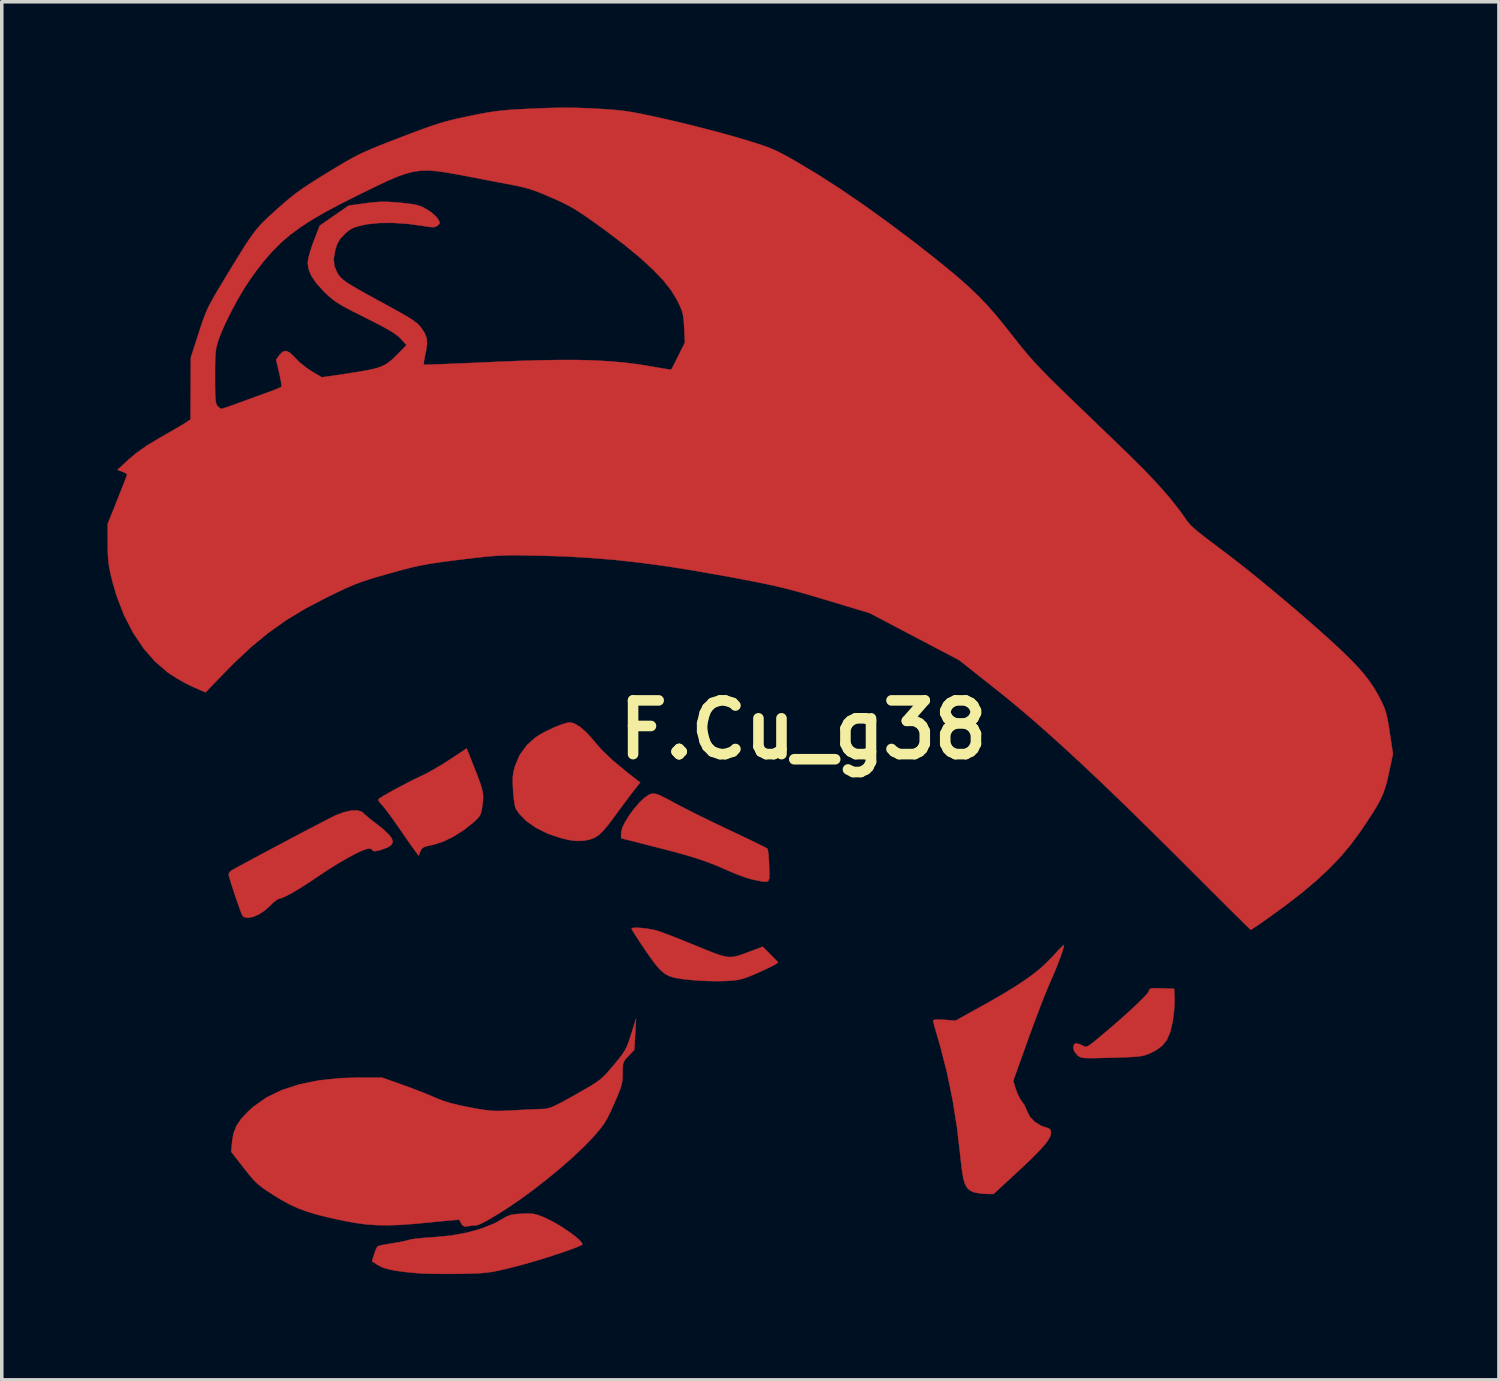
<source format=kicad_pcb>
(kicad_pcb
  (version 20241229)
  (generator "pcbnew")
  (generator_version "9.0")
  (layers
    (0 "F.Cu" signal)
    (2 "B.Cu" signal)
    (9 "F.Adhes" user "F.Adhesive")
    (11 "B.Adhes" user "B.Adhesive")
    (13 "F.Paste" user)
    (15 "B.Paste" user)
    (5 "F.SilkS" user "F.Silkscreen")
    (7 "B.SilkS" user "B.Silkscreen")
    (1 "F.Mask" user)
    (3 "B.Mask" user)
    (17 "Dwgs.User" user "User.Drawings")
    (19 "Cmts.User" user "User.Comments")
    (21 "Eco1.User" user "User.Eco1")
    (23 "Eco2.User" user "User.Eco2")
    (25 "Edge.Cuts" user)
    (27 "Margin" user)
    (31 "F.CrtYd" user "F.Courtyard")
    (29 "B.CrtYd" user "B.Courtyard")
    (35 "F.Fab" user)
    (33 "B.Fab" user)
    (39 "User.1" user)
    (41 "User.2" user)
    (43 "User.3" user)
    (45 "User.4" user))
  (footprint "F.Cu_g38"
    (layer "F.Cu")
    (at 19.732 17.65)
    (property "Reference" "F.Cu_g38" (at 0 0 0) (layer "F.SilkS") (effects (font (size 1.524 1.524) (thickness 0.3))))
    (attr through_hole)
    (fp_poly (pts (xy -6.485 -0.177) (xy -6.329 -0.081) (xy -6.16 0.065) (xy -5.99 0.25) (xy -5.948 0.303) (xy -5.709 0.577) (xy -5.393 0.877) (xy -4.998 1.204) (xy -4.905 1.277) (xy -4.623 1.494) (xy -4.799 1.715) (xy -4.889 1.832) (xy -5.013 1.997) (xy -5.158 2.192) (xy -5.308 2.396) (xy -5.348 2.451) (xy -5.525 2.687) (xy -5.67 2.86) (xy -5.797 2.982) (xy -5.921 3.063) (xy -6.053 3.112) (xy -6.208 3.141) (xy -6.266 3.147) (xy -6.447 3.151) (xy -6.653 3.123) (xy -6.862 3.073) (xy -7.238 2.948) (xy -7.569 2.785) (xy -7.846 2.593) (xy -8.057 2.379) (xy -8.158 2.223) (xy -8.179 2.145) (xy -8.201 2.006) (xy -8.22 1.829) (xy -8.229 1.714) (xy -8.239 1.493) (xy -8.236 1.326) (xy -8.216 1.185) (xy -8.178 1.039) (xy -8.175 1.03) (xy -8.039 0.71) (xy -7.836 0.434) (xy -7.609 0.229) (xy -7.466 0.134) (xy -7.283 0.034) (xy -7.083 -0.06) (xy -6.889 -0.139) (xy -6.723 -0.193) (xy -6.612 -0.212) (xy -6.485 -0.177)) (stroke (width 0.01) (type solid)) (fill yes) (layer "F.Cu"))
    (fp_poly (pts (xy -4.587 5.621) (xy -4.424 5.64) (xy -4.259 5.669) (xy -4.149 5.696) (xy -4.054 5.727) (xy -3.895 5.786) (xy -3.687 5.866) (xy -3.444 5.962) (xy -3.18 6.069) (xy -3.069 6.114) (xy -2.772 6.236) (xy -2.539 6.328) (xy -2.356 6.393) (xy -2.209 6.432) (xy -2.084 6.446) (xy -1.967 6.437) (xy -1.842 6.407) (xy -1.697 6.357) (xy -1.516 6.29) (xy -1.148 6.152) (xy -0.929 6.374) (xy -0.71 6.596) (xy -0.81 6.662) (xy -0.89 6.706) (xy -1.027 6.773) (xy -1.199 6.852) (xy -1.338 6.914) (xy -1.54 7) (xy -1.697 7.056) (xy -1.841 7.091) (xy -2.001 7.111) (xy -2.205 7.124) (xy -2.43 7.129) (xy -2.702 7.124) (xy -2.985 7.11) (xy -3.203 7.093) (xy -3.449 7.066) (xy -3.644 7.033) (xy -3.802 6.985) (xy -3.936 6.911) (xy -4.062 6.802) (xy -4.194 6.649) (xy -4.346 6.442) (xy -4.487 6.237) (xy -4.617 6.045) (xy -4.727 5.876) (xy -4.811 5.744) (xy -4.86 5.66) (xy -4.868 5.638) (xy -4.83 5.618) (xy -4.73 5.613) (xy -4.587 5.621)) (stroke (width 0.01) (type solid)) (fill yes) (layer "F.Cu"))
    (fp_poly (pts (xy -9.344 1.037) (xy -9.24 1.301) (xy -9.165 1.503) (xy -9.116 1.659) (xy -9.088 1.785) (xy -9.078 1.897) (xy -9.083 2.01) (xy -9.099 2.141) (xy -9.099 2.143) (xy -9.124 2.3) (xy -9.158 2.406) (xy -9.216 2.492) (xy -9.316 2.591) (xy -9.364 2.634) (xy -9.633 2.846) (xy -9.923 3.029) (xy -10.212 3.17) (xy -10.478 3.257) (xy -10.521 3.266) (xy -10.677 3.299) (xy -10.77 3.332) (xy -10.824 3.378) (xy -10.858 3.442) (xy -10.91 3.566) (xy -11.017 3.423) (xy -11.079 3.336) (xy -11.178 3.197) (xy -11.299 3.022) (xy -11.432 2.829) (xy -11.471 2.773) (xy -11.607 2.578) (xy -11.739 2.396) (xy -11.853 2.245) (xy -11.936 2.143) (xy -11.952 2.125) (xy -12.03 2.036) (xy -12.053 1.983) (xy -12.026 1.947) (xy -12.022 1.944) (xy -11.891 1.864) (xy -11.707 1.759) (xy -11.491 1.642) (xy -11.266 1.523) (xy -11.056 1.416) (xy -10.881 1.332) (xy -10.837 1.312) (xy -10.677 1.233) (xy -10.473 1.12) (xy -10.251 0.989) (xy -10.038 0.853) (xy -10.033 0.85) (xy -9.546 0.528) (xy -9.344 1.037)) (stroke (width 0.01) (type solid)) (fill yes) (layer "F.Cu"))
    (fp_poly (pts (xy -4.209 1.812) (xy -4.131 1.833) (xy -4.025 1.879) (xy -3.875 1.954) (xy -3.668 2.065) (xy -3.628 2.087) (xy -3.427 2.192) (xy -3.168 2.324) (xy -2.871 2.472) (xy -2.553 2.627) (xy -2.235 2.78) (xy -2.06 2.862) (xy -1.789 2.99) (xy -1.542 3.107) (xy -1.331 3.21) (xy -1.166 3.291) (xy -1.057 3.347) (xy -1.016 3.371) (xy -1 3.426) (xy -0.985 3.547) (xy -0.973 3.714) (xy -0.967 3.863) (xy -0.959 4.072) (xy -0.962 4.209) (xy -0.988 4.285) (xy -1.051 4.312) (xy -1.163 4.302) (xy -1.337 4.267) (xy -1.397 4.255) (xy -1.553 4.214) (xy -1.755 4.146) (xy -1.973 4.062) (xy -2.117 4) (xy -2.363 3.892) (xy -2.594 3.797) (xy -2.826 3.712) (xy -3.074 3.629) (xy -3.354 3.546) (xy -3.68 3.455) (xy -4.07 3.354) (xy -4.202 3.32) (xy -5.165 3.075) (xy -5.165 2.92) (xy -5.135 2.789) (xy -5.055 2.62) (xy -4.938 2.431) (xy -4.798 2.241) (xy -4.649 2.068) (xy -4.503 1.928) (xy -4.375 1.84) (xy -4.334 1.824) (xy -4.272 1.811) (xy -4.209 1.812)) (stroke (width 0.01) (type solid)) (fill yes) (layer "F.Cu"))
    (fp_poly (pts (xy 10.172 7.333) (xy 10.52 7.345) (xy 10.533 7.62) (xy 10.531 7.793) (xy 10.514 8.009) (xy 10.486 8.229) (xy 10.477 8.285) (xy 10.409 8.572) (xy 10.316 8.791) (xy 10.185 8.958) (xy 10.007 9.089) (xy 9.868 9.16) (xy 9.777 9.199) (xy 9.692 9.229) (xy 9.599 9.251) (xy 9.484 9.267) (xy 9.333 9.278) (xy 9.131 9.288) (xy 8.863 9.296) (xy 8.753 9.299) (xy 8.463 9.307) (xy 8.245 9.312) (xy 8.087 9.312) (xy 7.976 9.307) (xy 7.9 9.296) (xy 7.847 9.277) (xy 7.805 9.251) (xy 7.779 9.231) (xy 7.683 9.114) (xy 7.662 9.014) (xy 7.68 8.922) (xy 7.74 8.891) (xy 7.85 8.921) (xy 7.916 8.953) (xy 7.979 8.982) (xy 8.032 8.987) (xy 8.096 8.959) (xy 8.188 8.893) (xy 8.31 8.795) (xy 8.559 8.588) (xy 8.807 8.376) (xy 9.046 8.166) (xy 9.267 7.967) (xy 9.461 7.786) (xy 9.619 7.632) (xy 9.732 7.513) (xy 9.792 7.437) (xy 9.798 7.423) (xy 9.815 7.372) (xy 9.847 7.343) (xy 9.912 7.33) (xy 10.028 7.328) (xy 10.172 7.333)) (stroke (width 0.01) (type solid)) (fill yes) (layer "F.Cu"))
    (fp_poly (pts (xy -7.654 13.729) (xy -7.526 13.76) (xy -7.376 13.818) (xy -7.192 13.904) (xy -6.998 14.01) (xy -6.805 14.128) (xy -6.625 14.25) (xy -6.469 14.366) (xy -6.35 14.469) (xy -6.278 14.55) (xy -6.266 14.601) (xy -6.274 14.609) (xy -6.388 14.66) (xy -6.568 14.729) (xy -6.798 14.81) (xy -7.064 14.899) (xy -7.349 14.99) (xy -7.639 15.077) (xy -7.917 15.157) (xy -8.168 15.224) (xy -8.17 15.225) (xy -8.433 15.29) (xy -8.641 15.339) (xy -8.816 15.373) (xy -8.98 15.396) (xy -9.155 15.411) (xy -9.365 15.42) (xy -9.631 15.427) (xy -9.716 15.428) (xy -10.005 15.432) (xy -10.299 15.431) (xy -10.575 15.427) (xy -10.809 15.419) (xy -10.943 15.411) (xy -11.293 15.377) (xy -11.569 15.34) (xy -11.782 15.296) (xy -11.945 15.243) (xy -12.068 15.18) (xy -12.07 15.178) (xy -12.231 15.072) (xy -12.171 14.874) (xy -12.127 14.752) (xy -12.083 14.667) (xy -12.064 14.647) (xy -12.003 14.628) (xy -11.88 14.602) (xy -11.719 14.574) (xy -11.65 14.564) (xy -11.469 14.534) (xy -11.309 14.502) (xy -11.197 14.473) (xy -11.176 14.466) (xy -11.096 14.448) (xy -10.95 14.429) (xy -10.758 14.41) (xy -10.537 14.395) (xy -10.477 14.391) (xy -9.992 14.345) (xy -9.532 14.261) (xy -9.112 14.142) (xy -8.748 13.994) (xy -8.537 13.876) (xy -8.416 13.806) (xy -8.303 13.762) (xy -8.166 13.738) (xy -7.985 13.725) (xy -7.795 13.719) (xy -7.654 13.729)) (stroke (width 0.01) (type solid)) (fill yes) (layer "F.Cu"))
    (fp_poly (pts (xy -12.522 2.322) (xy -12.485 2.354) (xy -12.424 2.412) (xy -12.318 2.501) (xy -12.187 2.604) (xy -12.173 2.614) (xy -11.931 2.805) (xy -11.763 2.96) (xy -11.667 3.085) (xy -11.642 3.187) (xy -11.688 3.271) (xy -11.802 3.342) (xy -11.984 3.407) (xy -12.033 3.421) (xy -12.145 3.444) (xy -12.204 3.43) (xy -12.225 3.405) (xy -12.266 3.37) (xy -12.344 3.372) (xy -12.415 3.389) (xy -12.549 3.441) (xy -12.737 3.532) (xy -12.963 3.656) (xy -13.214 3.803) (xy -13.474 3.965) (xy -13.729 4.134) (xy -13.761 4.156) (xy -14.029 4.336) (xy -14.277 4.494) (xy -14.494 4.623) (xy -14.672 4.718) (xy -14.799 4.773) (xy -14.85 4.784) (xy -14.921 4.813) (xy -15.022 4.89) (xy -15.112 4.978) (xy -15.27 5.123) (xy -15.438 5.233) (xy -15.603 5.305) (xy -15.748 5.333) (xy -15.859 5.312) (xy -15.911 5.26) (xy -15.942 5.186) (xy -15.991 5.055) (xy -16.05 4.885) (xy -16.115 4.695) (xy -16.178 4.504) (xy -16.233 4.33) (xy -16.275 4.192) (xy -16.297 4.109) (xy -16.298 4.096) (xy -16.266 4.032) (xy -16.224 3.995) (xy -16.145 3.95) (xy -16.003 3.872) (xy -15.807 3.765) (xy -15.569 3.637) (xy -15.299 3.493) (xy -15.008 3.338) (xy -14.708 3.178) (xy -14.409 3.02) (xy -14.122 2.869) (xy -13.857 2.731) (xy -13.626 2.61) (xy -13.44 2.515) (xy -13.31 2.449) (xy -13.264 2.427) (xy -13.035 2.339) (xy -12.825 2.291) (xy -12.649 2.285) (xy -12.522 2.322)) (stroke (width 0.01) (type solid)) (fill yes) (layer "F.Cu"))
    (fp_poly (pts (xy 7.389 6.157) (xy 7.356 6.271) (xy 7.3 6.434) (xy 7.224 6.633) (xy 7.135 6.855) (xy 7.036 7.085) (xy 6.996 7.176) (xy 6.925 7.342) (xy 6.832 7.572) (xy 6.724 7.849) (xy 6.606 8.159) (xy 6.485 8.484) (xy 6.371 8.798) (xy 5.956 9.955) (xy 6.03 10.195) (xy 6.088 10.347) (xy 6.159 10.481) (xy 6.202 10.541) (xy 6.281 10.657) (xy 6.34 10.794) (xy 6.342 10.802) (xy 6.427 10.973) (xy 6.573 11.124) (xy 6.757 11.235) (xy 6.847 11.266) (xy 6.961 11.302) (xy 7.013 11.346) (xy 7.027 11.42) (xy 7.027 11.438) (xy 7.01 11.52) (xy 6.956 11.624) (xy 6.86 11.754) (xy 6.717 11.915) (xy 6.522 12.115) (xy 6.271 12.357) (xy 6.011 12.599) (xy 5.397 13.165) (xy 5.186 13.163) (xy 5.026 13.151) (xy 4.874 13.124) (xy 4.828 13.11) (xy 4.731 13.066) (xy 4.655 13) (xy 4.596 12.901) (xy 4.55 12.757) (xy 4.512 12.558) (xy 4.479 12.29) (xy 4.463 12.144) (xy 4.363 11.286) (xy 4.236 10.486) (xy 4.078 9.72) (xy 3.884 8.964) (xy 3.765 8.557) (xy 3.723 8.413) (xy 3.693 8.3) (xy 3.683 8.244) (xy 3.724 8.222) (xy 3.844 8.217) (xy 4.002 8.225) (xy 4.32 8.249) (xy 4.859 7.951) (xy 5.307 7.701) (xy 5.688 7.48) (xy 6.011 7.283) (xy 6.284 7.103) (xy 6.519 6.934) (xy 6.723 6.769) (xy 6.905 6.602) (xy 7.076 6.426) (xy 7.127 6.369) (xy 7.239 6.247) (xy 7.329 6.157) (xy 7.383 6.11) (xy 7.392 6.108) (xy 7.389 6.157)) (stroke (width 0.01) (type solid)) (fill yes) (layer "F.Cu"))
    (fp_poly (pts (xy -4.792 9.081) (xy -4.957 9.251) (xy -5.042 9.343) (xy -5.091 9.417) (xy -5.114 9.504) (xy -5.122 9.629) (xy -5.122 9.738) (xy -5.125 9.871) (xy -5.136 9.984) (xy -5.161 10.097) (xy -5.206 10.23) (xy -5.276 10.403) (xy -5.363 10.604) (xy -5.469 10.839) (xy -5.558 11.018) (xy -5.647 11.166) (xy -5.75 11.307) (xy -5.882 11.464) (xy -5.964 11.557) (xy -6.221 11.824) (xy -6.535 12.12) (xy -6.891 12.433) (xy -7.274 12.749) (xy -7.669 13.056) (xy -8.059 13.341) (xy -8.429 13.592) (xy -8.462 13.613) (xy -8.743 13.787) (xy -8.971 13.92) (xy -9.141 14.009) (xy -9.249 14.051) (xy -9.272 14.055) (xy -9.403 14.063) (xy -9.516 14.08) (xy -9.615 14.087) (xy -9.675 14.042) (xy -9.696 14.006) (xy -9.738 13.929) (xy -9.756 13.896) (xy -9.799 13.897) (xy -9.913 13.906) (xy -10.085 13.921) (xy -10.302 13.942) (xy -10.552 13.967) (xy -10.585 13.97) (xy -11.047 14.014) (xy -11.443 14.042) (xy -11.789 14.053) (xy -12.101 14.048) (xy -12.396 14.027) (xy -12.689 13.988) (xy -12.999 13.931) (xy -13.01 13.929) (xy -13.424 13.841) (xy -13.77 13.756) (xy -14.065 13.668) (xy -14.326 13.571) (xy -14.57 13.459) (xy -14.812 13.327) (xy -14.992 13.217) (xy -15.2 13.083) (xy -15.357 12.975) (xy -15.481 12.874) (xy -15.593 12.763) (xy -15.713 12.622) (xy -15.862 12.433) (xy -15.864 12.431) (xy -16.225 11.967) (xy -16.197 11.669) (xy -16.157 11.44) (xy -16.077 11.236) (xy -15.946 11.04) (xy -15.754 10.835) (xy -15.589 10.687) (xy -15.228 10.431) (xy -14.798 10.222) (xy -14.303 10.059) (xy -13.747 9.945) (xy -13.132 9.88) (xy -12.597 9.864) (xy -11.946 9.864) (xy -11.36 10.072) (xy -11.115 10.161) (xy -10.865 10.257) (xy -10.638 10.348) (xy -10.459 10.424) (xy -10.438 10.434) (xy -10.235 10.516) (xy -10.004 10.589) (xy -9.724 10.656) (xy -9.464 10.708) (xy -9.21 10.755) (xy -9.012 10.786) (xy -8.845 10.805) (xy -8.681 10.811) (xy -8.496 10.807) (xy -8.262 10.796) (xy -8.213 10.793) (xy -7.973 10.78) (xy -7.744 10.768) (xy -7.549 10.76) (xy -7.411 10.755) (xy -7.387 10.755) (xy -7.306 10.75) (xy -7.222 10.733) (xy -7.125 10.699) (xy -7 10.642) (xy -6.835 10.557) (xy -6.619 10.437) (xy -6.456 10.346) (xy -6.208 10.205) (xy -6.019 10.095) (xy -5.876 10.004) (xy -5.762 9.921) (xy -5.665 9.836) (xy -5.569 9.736) (xy -5.461 9.611) (xy -5.38 9.516) (xy -5.231 9.336) (xy -5.125 9.196) (xy -5.048 9.075) (xy -4.988 8.95) (xy -4.932 8.796) (xy -4.882 8.642) (xy -4.741 8.191) (xy -4.792 9.081)) (stroke (width 0.01) (type solid)) (fill yes) (layer "F.Cu"))
    (fp_poly (pts (xy -6.447 -17.642) (xy -6.047 -17.627) (xy -5.872 -17.618) (xy -5.606 -17.602) (xy -5.382 -17.586) (xy -5.183 -17.567) (xy -4.992 -17.542) (xy -4.791 -17.508) (xy -4.562 -17.464) (xy -4.289 -17.406) (xy -3.954 -17.332) (xy -3.895 -17.319) (xy -3.528 -17.234) (xy -3.124 -17.135) (xy -2.71 -17.029) (xy -2.314 -16.924) (xy -1.962 -16.826) (xy -1.825 -16.786) (xy -1.516 -16.693) (xy -1.27 -16.616) (xy -1.072 -16.549) (xy -0.903 -16.484) (xy -0.747 -16.414) (xy -0.585 -16.333) (xy -0.402 -16.233) (xy -0.238 -16.14) (xy 0.375 -15.775) (xy 1.034 -15.352) (xy 1.729 -14.878) (xy 2.45 -14.358) (xy 3.189 -13.8) (xy 3.747 -13.362) (xy 4.126 -13.054) (xy 4.45 -12.782) (xy 4.731 -12.531) (xy 4.983 -12.288) (xy 5.22 -12.04) (xy 5.454 -11.774) (xy 5.699 -11.475) (xy 5.891 -11.233) (xy 6.094 -10.975) (xy 6.276 -10.751) (xy 6.45 -10.547) (xy 6.628 -10.349) (xy 6.824 -10.144) (xy 7.048 -9.917) (xy 7.315 -9.656) (xy 7.51 -9.468) (xy 7.794 -9.194) (xy 8.099 -8.9) (xy 8.409 -8.602) (xy 8.708 -8.314) (xy 8.978 -8.053) (xy 9.204 -7.835) (xy 9.204 -7.835) (xy 9.667 -7.376) (xy 10.071 -6.948) (xy 10.415 -6.554) (xy 10.692 -6.201) (xy 10.787 -6.067) (xy 10.847 -5.98) (xy 10.9 -5.906) (xy 10.956 -5.838) (xy 11.023 -5.769) (xy 11.109 -5.691) (xy 11.223 -5.597) (xy 11.372 -5.479) (xy 11.565 -5.332) (xy 11.811 -5.147) (xy 12.065 -4.955) (xy 12.316 -4.762) (xy 12.615 -4.525) (xy 12.948 -4.256) (xy 13.3 -3.966) (xy 13.655 -3.669) (xy 14 -3.376) (xy 14.248 -3.162) (xy 14.653 -2.807) (xy 14.998 -2.497) (xy 15.289 -2.226) (xy 15.535 -1.986) (xy 15.74 -1.771) (xy 15.912 -1.572) (xy 16.057 -1.384) (xy 16.183 -1.199) (xy 16.294 -1.01) (xy 16.359 -0.889) (xy 16.435 -0.734) (xy 16.493 -0.598) (xy 16.537 -0.458) (xy 16.574 -0.293) (xy 16.611 -0.08) (xy 16.635 0.078) (xy 16.726 0.684) (xy 16.612 1.219) (xy 16.562 1.442) (xy 16.508 1.634) (xy 16.445 1.812) (xy 16.365 1.99) (xy 16.26 2.181) (xy 16.125 2.401) (xy 15.952 2.663) (xy 15.795 2.894) (xy 15.532 3.252) (xy 15.242 3.598) (xy 14.916 3.938) (xy 14.547 4.281) (xy 14.127 4.635) (xy 13.645 5.006) (xy 13.096 5.403) (xy 13.054 5.432) (xy 12.907 5.534) (xy 12.788 5.614) (xy 12.713 5.663) (xy 12.694 5.673) (xy 12.662 5.644) (xy 12.576 5.56) (xy 12.441 5.427) (xy 12.263 5.251) (xy 12.048 5.038) (xy 11.801 4.791) (xy 11.527 4.518) (xy 11.232 4.223) (xy 11.091 4.082) (xy 10.358 3.35) (xy 9.677 2.678) (xy 9.046 2.061) (xy 8.459 1.497) (xy 7.913 0.982) (xy 7.404 0.512) (xy 6.929 0.083) (xy 6.484 -0.308) (xy 6.064 -0.665) (xy 5.666 -0.991) (xy 5.554 -1.08) (xy 4.424 -1.976) (xy 1.884 -3.311) (xy 0.635 -3.688) (xy 0.292 -3.79) (xy -0.005 -3.876) (xy -0.273 -3.951) (xy -0.526 -4.016) (xy -0.782 -4.077) (xy -1.056 -4.137) (xy -1.364 -4.199) (xy -1.722 -4.268) (xy -2.145 -4.348) (xy -2.201 -4.358) (xy -3.07 -4.512) (xy -3.875 -4.64) (xy -4.633 -4.742) (xy -5.36 -4.822) (xy -6.073 -4.88) (xy -6.787 -4.919) (xy -7.425 -4.939) (xy -7.781 -4.946) (xy -8.07 -4.95) (xy -8.312 -4.95) (xy -8.524 -4.945) (xy -8.726 -4.935) (xy -8.936 -4.918) (xy -9.173 -4.893) (xy -9.455 -4.861) (xy -9.716 -4.829) (xy -10.071 -4.785) (xy -10.363 -4.745) (xy -10.61 -4.707) (xy -10.832 -4.666) (xy -11.05 -4.619) (xy -11.283 -4.561) (xy -11.551 -4.489) (xy -11.726 -4.44) (xy -12.044 -4.35) (xy -12.303 -4.272) (xy -12.524 -4.198) (xy -12.731 -4.12) (xy -12.945 -4.028) (xy -13.19 -3.914) (xy -13.483 -3.772) (xy -14.102 -3.45) (xy -14.657 -3.115) (xy -15.17 -2.752) (xy -15.663 -2.346) (xy -16.156 -1.882) (xy -16.32 -1.717) (xy -16.954 -1.063) (xy -17.316 -1.221) (xy -17.524 -1.323) (xy -17.756 -1.454) (xy -17.97 -1.59) (xy -18.021 -1.626) (xy -18.378 -1.93) (xy -18.707 -2.306) (xy -19.002 -2.746) (xy -19.258 -3.24) (xy -19.468 -3.78) (xy -19.583 -4.17) (xy -19.645 -4.417) (xy -19.686 -4.616) (xy -19.71 -4.797) (xy -19.722 -4.992) (xy -19.726 -5.233) (xy -19.726 -5.281) (xy -19.727 -5.843) (xy -19.452 -6.529) (xy -19.363 -6.754) (xy -19.285 -6.951) (xy -19.225 -7.107) (xy -19.188 -7.21) (xy -19.177 -7.244) (xy -19.213 -7.276) (xy -19.3 -7.317) (xy -19.315 -7.323) (xy -19.452 -7.372) (xy -19.135 -7.666) (xy -18.897 -7.864) (xy -18.607 -8.067) (xy -18.248 -8.283) (xy -18.224 -8.296) (xy -18.012 -8.417) (xy -17.817 -8.531) (xy -17.654 -8.626) (xy -17.54 -8.695) (xy -17.505 -8.718) (xy -17.378 -8.804) (xy -17.372 -10.017) (xy -16.683 -10.017) (xy -16.682 -9.741) (xy -16.679 -9.536) (xy -16.671 -9.391) (xy -16.659 -9.293) (xy -16.641 -9.229) (xy -16.617 -9.187) (xy -16.611 -9.181) (xy -16.544 -9.121) (xy -16.505 -9.102) (xy -16.455 -9.116) (xy -16.341 -9.153) (xy -16.181 -9.209) (xy -15.991 -9.278) (xy -15.972 -9.285) (xy -15.741 -9.37) (xy -15.5 -9.457) (xy -15.283 -9.536) (xy -15.145 -9.586) (xy -14.991 -9.644) (xy -14.87 -9.694) (xy -14.804 -9.728) (xy -14.797 -9.734) (xy -14.798 -9.787) (xy -14.816 -9.901) (xy -14.847 -10.056) (xy -14.864 -10.131) (xy -14.951 -10.497) (xy -14.86 -10.625) (xy -14.767 -10.722) (xy -14.672 -10.747) (xy -14.564 -10.7) (xy -14.433 -10.577) (xy -14.402 -10.542) (xy -14.269 -10.41) (xy -14.098 -10.273) (xy -13.937 -10.165) (xy -13.652 -9.998) (xy -13.25 -10.057) (xy -12.877 -10.112) (xy -12.575 -10.16) (xy -12.335 -10.203) (xy -12.146 -10.246) (xy -11.995 -10.294) (xy -11.871 -10.349) (xy -11.764 -10.417) (xy -11.662 -10.5) (xy -11.553 -10.604) (xy -11.458 -10.702) (xy -11.252 -10.912) (xy -11.413 -11.091) (xy -11.487 -11.162) (xy -11.586 -11.237) (xy -11.721 -11.322) (xy -11.902 -11.425) (xy -12.141 -11.55) (xy -12.423 -11.692) (xy -12.706 -11.834) (xy -12.927 -11.948) (xy -13.097 -12.042) (xy -13.231 -12.125) (xy -13.342 -12.204) (xy -13.444 -12.289) (xy -13.549 -12.387) (xy -13.581 -12.418) (xy -13.803 -12.66) (xy -13.953 -12.88) (xy -14.035 -13.087) (xy -14.055 -13.254) (xy -14.039 -13.36) (xy -13.998 -13.52) (xy -13.938 -13.71) (xy -13.884 -13.857) (xy -13.714 -14.299) (xy -13.303 -14.584) (xy -12.893 -14.869) (xy -12.426 -14.933) (xy -12.187 -14.963) (xy -11.982 -14.976) (xy -11.777 -14.975) (xy -11.535 -14.959) (xy -11.441 -14.95) (xy -11.209 -14.926) (xy -11.04 -14.902) (xy -10.912 -14.872) (xy -10.803 -14.83) (xy -10.692 -14.772) (xy -10.692 -14.772) (xy -10.551 -14.679) (xy -10.431 -14.574) (xy -10.374 -14.507) (xy -10.32 -14.417) (xy -10.312 -14.366) (xy -10.348 -14.322) (xy -10.37 -14.304) (xy -10.422 -14.27) (xy -10.486 -14.256) (xy -10.586 -14.262) (xy -10.744 -14.286) (xy -10.764 -14.29) (xy -11.203 -14.35) (xy -11.629 -14.379) (xy -12.022 -14.376) (xy -12.362 -14.341) (xy -12.434 -14.327) (xy -12.623 -14.284) (xy -12.755 -14.241) (xy -12.858 -14.186) (xy -12.958 -14.106) (xy -13.002 -14.066) (xy -13.132 -13.927) (xy -13.216 -13.784) (xy -13.269 -13.627) (xy -13.317 -13.373) (xy -13.3 -13.157) (xy -13.216 -12.959) (xy -13.163 -12.88) (xy -13.113 -12.821) (xy -13.042 -12.759) (xy -12.942 -12.686) (xy -12.802 -12.598) (xy -12.616 -12.488) (xy -12.373 -12.352) (xy -12.065 -12.183) (xy -12.009 -12.153) (xy -11.7 -11.984) (xy -11.455 -11.849) (xy -11.267 -11.741) (xy -11.124 -11.654) (xy -11.019 -11.581) (xy -10.94 -11.517) (xy -10.88 -11.456) (xy -10.827 -11.391) (xy -10.823 -11.386) (xy -10.731 -11.243) (xy -10.68 -11.105) (xy -10.67 -10.95) (xy -10.697 -10.753) (xy -10.727 -10.614) (xy -10.753 -10.482) (xy -10.764 -10.389) (xy -10.758 -10.357) (xy -10.711 -10.356) (xy -10.589 -10.359) (xy -10.399 -10.365) (xy -10.151 -10.375) (xy -9.852 -10.387) (xy -9.511 -10.401) (xy -9.138 -10.418) (xy -8.826 -10.432) (xy -8.113 -10.462) (xy -7.474 -10.481) (xy -6.901 -10.49) (xy -6.385 -10.489) (xy -5.917 -10.476) (xy -5.487 -10.452) (xy -5.088 -10.417) (xy -4.709 -10.37) (xy -4.362 -10.314) (xy -4.146 -10.277) (xy -3.963 -10.246) (xy -3.826 -10.225) (xy -3.752 -10.215) (xy -3.742 -10.215) (xy -3.722 -10.254) (xy -3.672 -10.352) (xy -3.6 -10.493) (xy -3.545 -10.604) (xy -3.355 -10.986) (xy -3.376 -11.409) (xy -3.389 -11.613) (xy -3.409 -11.764) (xy -3.443 -11.893) (xy -3.501 -12.032) (xy -3.58 -12.192) (xy -3.741 -12.46) (xy -3.966 -12.745) (xy -4.257 -13.051) (xy -4.617 -13.381) (xy -5.048 -13.738) (xy -5.555 -14.124) (xy -5.63 -14.179) (xy -5.913 -14.384) (xy -6.143 -14.547) (xy -6.336 -14.676) (xy -6.505 -14.782) (xy -6.667 -14.873) (xy -6.835 -14.958) (xy -7.026 -15.046) (xy -7.112 -15.084) (xy -7.401 -15.208) (xy -7.642 -15.3) (xy -7.861 -15.369) (xy -8.085 -15.423) (xy -8.213 -15.448) (xy -8.427 -15.489) (xy -8.696 -15.54) (xy -8.994 -15.597) (xy -9.291 -15.654) (xy -9.44 -15.683) (xy -9.814 -15.754) (xy -10.129 -15.81) (xy -10.398 -15.847) (xy -10.634 -15.864) (xy -10.851 -15.859) (xy -11.061 -15.829) (xy -11.278 -15.774) (xy -11.514 -15.689) (xy -11.782 -15.574) (xy -12.096 -15.427) (xy -12.469 -15.245) (xy -12.604 -15.178) (xy -13.113 -14.922) (xy -13.553 -14.688) (xy -13.933 -14.467) (xy -14.263 -14.254) (xy -14.554 -14.039) (xy -14.815 -13.815) (xy -15.055 -13.575) (xy -15.286 -13.311) (xy -15.516 -13.015) (xy -15.671 -12.8) (xy -15.853 -12.524) (xy -16.042 -12.205) (xy -16.224 -11.867) (xy -16.388 -11.535) (xy -16.521 -11.231) (xy -16.581 -11.07) (xy -16.618 -10.955) (xy -16.645 -10.848) (xy -16.663 -10.732) (xy -16.675 -10.59) (xy -16.681 -10.405) (xy -16.683 -10.16) (xy -16.683 -10.017) (xy -17.372 -10.017) (xy -17.369 -10.562) (xy -17.143 -11.261) (xy -17.068 -11.49) (xy -17.003 -11.678) (xy -16.939 -11.841) (xy -16.868 -11.997) (xy -16.783 -12.161) (xy -16.676 -12.351) (xy -16.538 -12.582) (xy -16.403 -12.806) (xy -16.188 -13.16) (xy -16.009 -13.451) (xy -15.86 -13.689) (xy -15.734 -13.882) (xy -15.623 -14.042) (xy -15.521 -14.176) (xy -15.419 -14.295) (xy -15.312 -14.407) (xy -15.192 -14.524) (xy -15.052 -14.653) (xy -14.938 -14.756) (xy -14.735 -14.936) (xy -14.552 -15.089) (xy -14.373 -15.229) (xy -14.18 -15.367) (xy -13.957 -15.514) (xy -13.687 -15.684) (xy -13.486 -15.808) (xy -13.222 -15.968) (xy -13.003 -16.098) (xy -12.812 -16.206) (xy -12.633 -16.3) (xy -12.451 -16.387) (xy -12.25 -16.475) (xy -12.014 -16.572) (xy -11.727 -16.685) (xy -11.454 -16.79) (xy -11.099 -16.926) (xy -10.807 -17.035) (xy -10.561 -17.122) (xy -10.344 -17.193) (xy -10.14 -17.253) (xy -9.934 -17.306) (xy -9.708 -17.358) (xy -9.504 -17.401) (xy -9.224 -17.459) (xy -8.986 -17.503) (xy -8.771 -17.537) (xy -8.555 -17.563) (xy -8.319 -17.584) (xy -8.04 -17.601) (xy -7.714 -17.618) (xy -7.249 -17.637) (xy -6.837 -17.645) (xy -6.447 -17.642)) (stroke (width 0.01) (type solid)) (fill yes) (layer "F.Cu")))
  (gr_rect
    (start -3 -3)
    (end 39.464 36.087)
    (stroke (width 0.1) (type default))
    (fill no)
    (layer "Edge.Cuts")))
</source>
